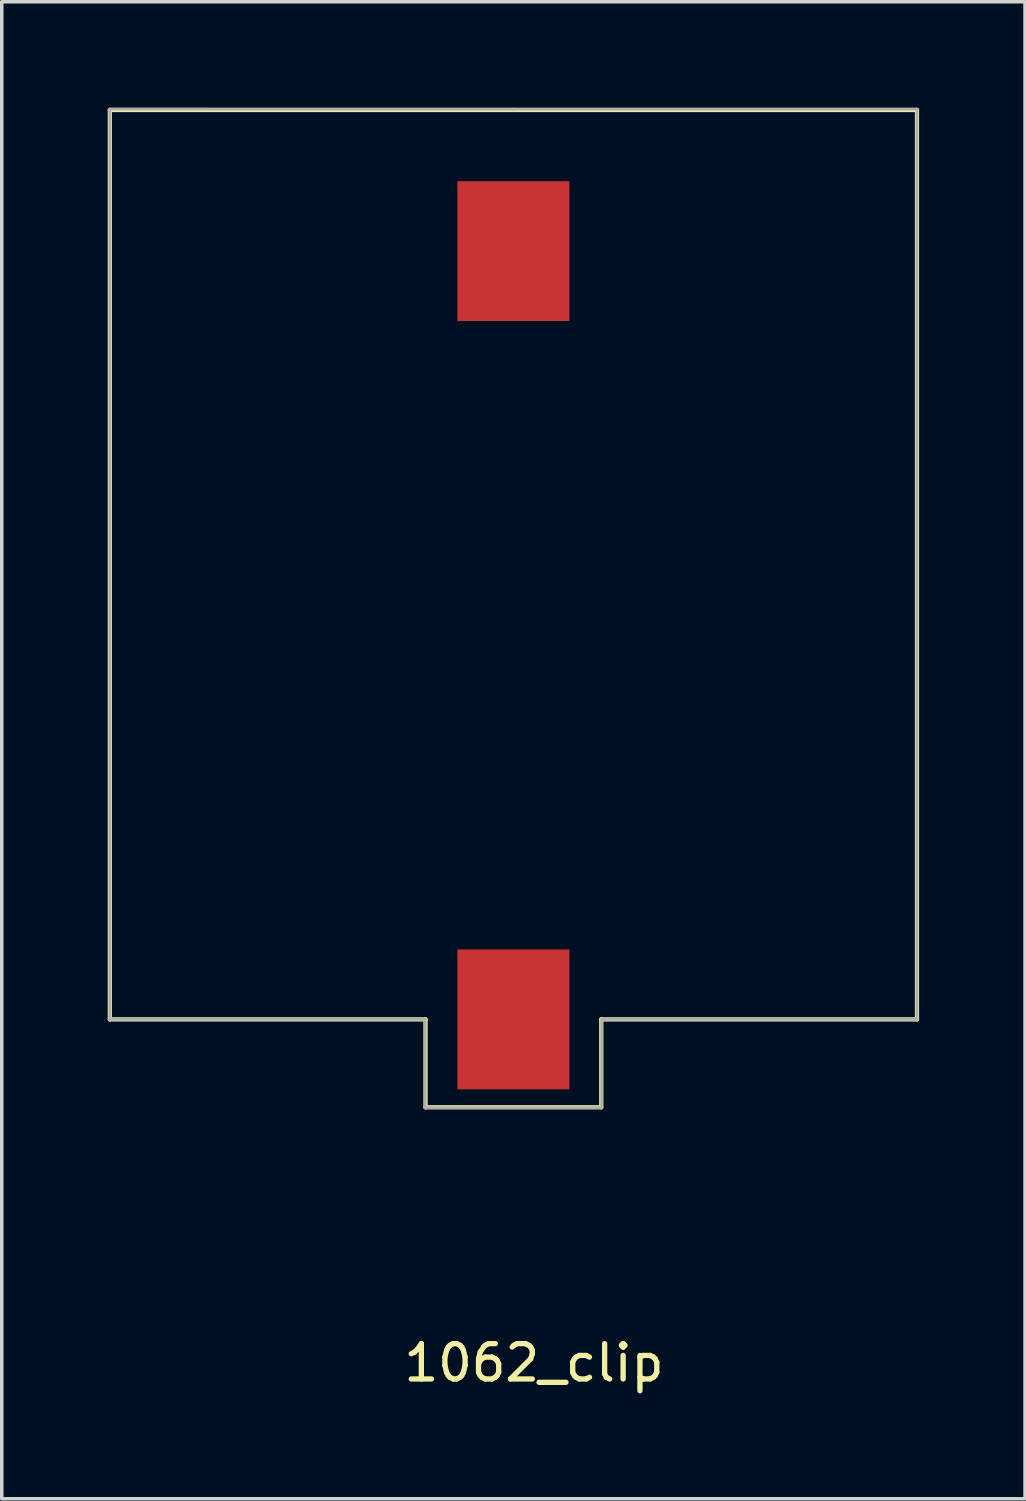
<source format=kicad_pcb>
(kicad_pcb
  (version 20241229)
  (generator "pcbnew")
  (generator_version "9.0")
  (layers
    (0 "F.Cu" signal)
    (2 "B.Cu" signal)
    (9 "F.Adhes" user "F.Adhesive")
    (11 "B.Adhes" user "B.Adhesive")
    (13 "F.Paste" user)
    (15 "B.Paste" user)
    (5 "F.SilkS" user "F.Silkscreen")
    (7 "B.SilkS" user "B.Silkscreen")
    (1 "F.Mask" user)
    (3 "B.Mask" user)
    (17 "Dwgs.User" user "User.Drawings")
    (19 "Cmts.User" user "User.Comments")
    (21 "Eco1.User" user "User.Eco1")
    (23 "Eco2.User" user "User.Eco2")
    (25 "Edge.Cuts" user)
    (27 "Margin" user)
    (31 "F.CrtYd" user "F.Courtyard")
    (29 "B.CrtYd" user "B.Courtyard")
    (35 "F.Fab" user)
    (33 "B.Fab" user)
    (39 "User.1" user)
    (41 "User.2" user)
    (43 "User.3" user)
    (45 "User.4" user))
  (footprint "1062_clip"
    (layer "F.Cu")
    (at 11.49 25.821)
    (property "Reference" "1062_clip" (at 0.584 9.728 0) (layer "F.SilkS") (effects (font (size 1 1) (thickness 0.15))))
    (attr through_hole)
    (fp_line (start -11.43 -25.756) (end -11.43 0) (stroke (width 0.12) (type solid)) (layer "F.SilkS"))
    (fp_line (start -11.43 0) (end -2.489 0) (stroke (width 0.12) (type solid)) (layer "F.SilkS"))
    (fp_line (start -2.489 0) (end -2.489 2.489) (stroke (width 0.12) (type solid)) (layer "F.SilkS"))
    (fp_line (start -2.489 2.489) (end 2.489 2.489) (stroke (width 0.12) (type solid)) (layer "F.SilkS"))
    (fp_line (start 2.489 0) (end 11.43 0) (stroke (width 0.12) (type solid)) (layer "F.SilkS"))
    (fp_line (start 2.489 2.489) (end 2.489 0) (stroke (width 0.12) (type solid)) (layer "F.SilkS"))
    (fp_line (start 11.43 -25.756) (end -11.43 -25.756) (stroke (width 0.12) (type solid)) (layer "F.SilkS"))
    (fp_line (start 11.43 0) (end 11.43 -25.756) (stroke (width 0.12) (type solid)) (layer "F.SilkS"))
    (fp_line (start -11.43 -25.781) (end -11.43 0) (stroke (width 0.08) (type solid)) (layer "F.Fab"))
    (fp_line (start -11.43 -25.781) (end 0 -25.78) (stroke (width 0.08) (type solid)) (layer "F.Fab"))
    (fp_line (start -11.43 0) (end -2.5 0) (stroke (width 0.08) (type solid)) (layer "F.Fab"))
    (fp_line (start -2.5 0) (end -2.5 2.5) (stroke (width 0.08) (type solid)) (layer "F.Fab"))
    (fp_line (start -2.5 2.5) (end 2.5 2.5) (stroke (width 0.08) (type solid)) (layer "F.Fab"))
    (fp_line (start 0 -25.78) (end 11.43 -25.78) (stroke (width 0.08) (type solid)) (layer "F.Fab"))
    (fp_line (start 2.5 2.5) (end 2.5 0) (stroke (width 0.08) (type solid)) (layer "F.Fab"))
    (fp_line (start 11.43 0) (end 2.5 0) (stroke (width 0.08) (type solid)) (layer "F.Fab"))
    (fp_line (start 11.43 0) (end 11.43 -25.78) (stroke (width 0.08) (type solid)) (layer "F.Fab"))
    (pad "1" smd rect (at 0 0) (size 3.17 3.96) (layers "F.Cu" "F.Mask" "F.Paste"))
    (pad "2" smd rect (at 0 -21.76) (size 3.17 3.96) (layers "F.Cu" "F.Mask" "F.Paste")))
  (gr_rect
    (start -3 -3)
    (end 25.98 39.397)
    (stroke (width 0.1) (type default))
    (fill no)
    (layer "Edge.Cuts")))
</source>
